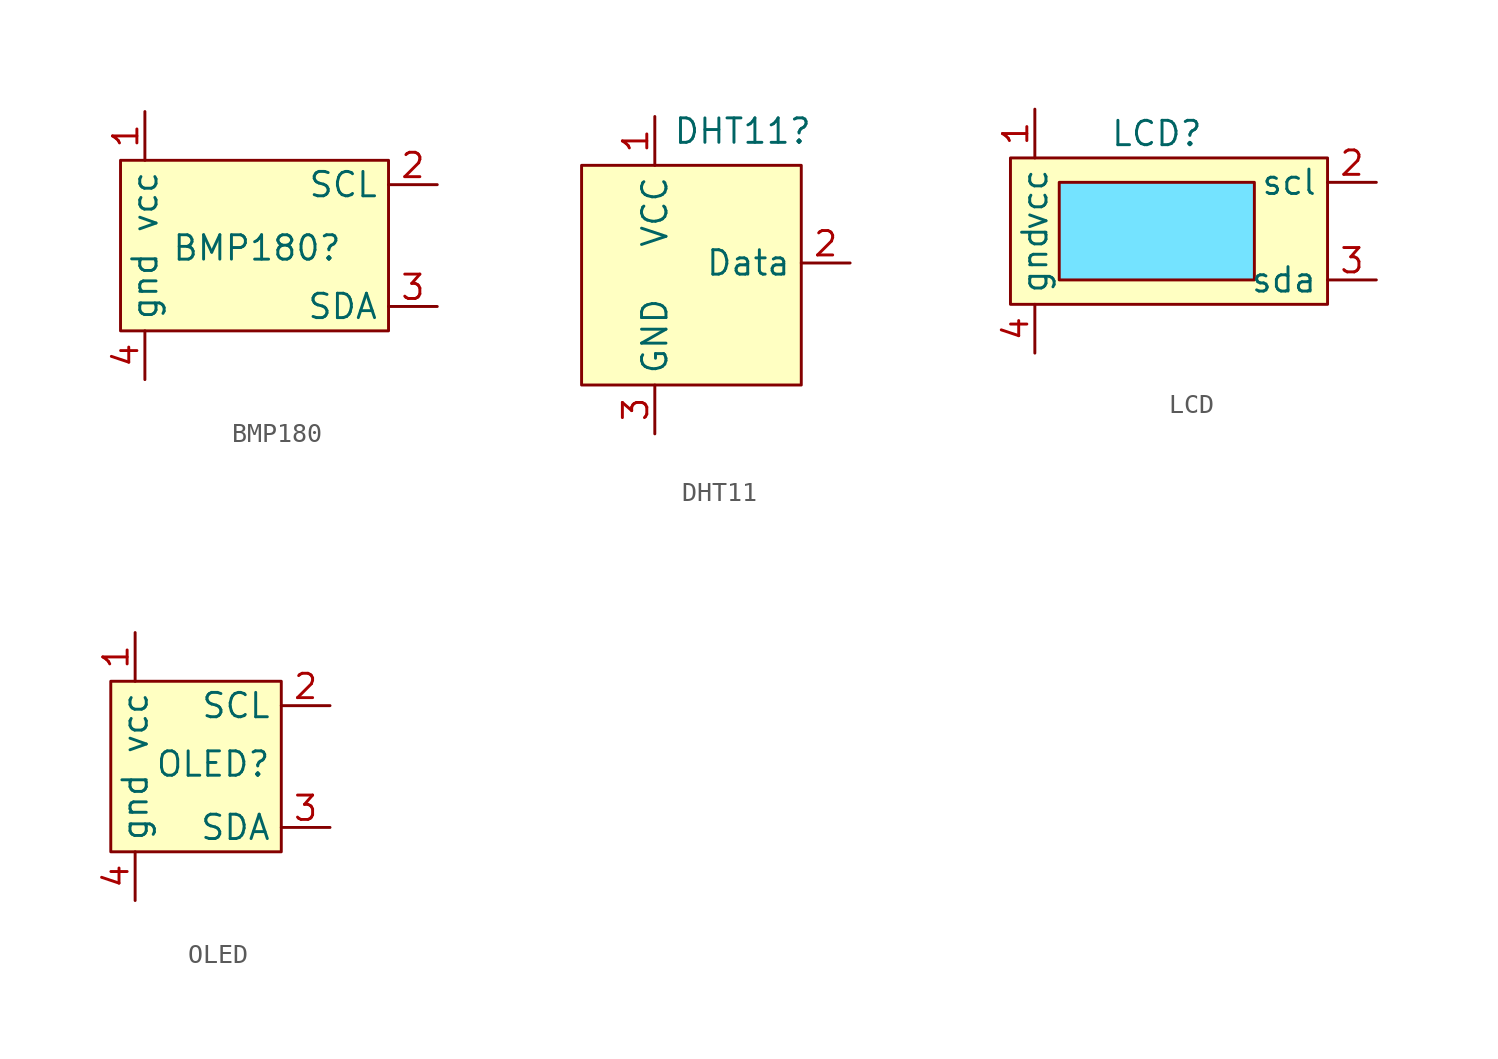
<source format=kicad_sym>
(kicad_symbol_lib
  (version 20231120)
  (generator "kicad_symbol_editor")
  (generator_version "8.0")
  (symbol "BMP180"
    (property "Reference" "BMP180"
      (at 0.762 -0.762 0)
      (effects (font (size 1.27 1.27))))
    (property "Value" ""
      (at 0 0 0)
      (effects (font (size 1.27 1.27))))
    (symbol "BMP180_1_1"
      (rectangle (start -6.35 3.81) (end 7.62 -5.08) (stroke (width 0) (type default)) (fill (type background)))
      (pin power_in line (at -5.08 6.35 270) (length 2.54) (name "vcc" (effects (font (size 1.27 1.27)))) (number "1" (effects (font (size 1.27 1.27)))))
      (pin bidirectional line (at 10.16 2.54 180) (length 2.54) (name "SCL" (effects (font (size 1.27 1.27)))) (number "2" (effects (font (size 1.27 1.27)))))
      (pin bidirectional line (at 10.16 -3.81 180) (length 2.54) (name "SDA" (effects (font (size 1.27 1.27)))) (number "3" (effects (font (size 1.27 1.27)))))
      (pin power_in line (at -5.08 -7.62 90) (length 2.54) (name "gnd" (effects (font (size 1.27 1.27)))) (number "4" (effects (font (size 1.27 1.27)))))))
  (symbol "DHT11"
    (property "Reference" "DHT11"
      (at 3.302 6.858 0)
      (effects (font (size 1.27 1.27))))
    (property "Value" ""
      (at 3.81 0 0)
      (effects (font (size 1.27 1.27))))
    (symbol "DHT11_1_1"
      (rectangle (start -5.08 5.08) (end 6.35 -6.35) (stroke (width 0) (type default)) (fill (type background)))
      (pin power_in line (at -1.27 7.62 270) (length 2.54) (name "VCC" (effects (font (size 1.27 1.27)))) (number "1" (effects (font (size 1.27 1.27)))))
      (pin bidirectional line (at 8.89 0 180) (length 2.54) (name "Data" (effects (font (size 1.27 1.27)))) (number "2" (effects (font (size 1.27 1.27)))))
      (pin power_in line (at -1.27 -8.89 90) (length 2.54) (name "GND" (effects (font (size 1.27 1.27)))) (number "3" (effects (font (size 1.27 1.27)))))))
  (symbol "LCD"
    (property "Reference" "LCD"
      (at 0 3.81 0)
      (effects (font (size 1.27 1.27))))
    (property "Value" ""
      (at 0 0 0)
      (effects (font (size 1.27 1.27))))
    (symbol "LCD_1_1"
      (rectangle (start -7.62 2.54) (end 8.89 -5.08) (stroke (width 0) (type default)) (fill (type background)))
      (rectangle (start -5.08 1.27) (end 5.08 -3.81) (stroke (width 0) (type default)) (fill (type color) (color 116 227 255 1)))
      (pin power_in line (at -6.35 5.08 270) (length 2.54) (name "vcc" (effects (font (size 1.27 1.27)))) (number "1" (effects (font (size 1.27 1.27)))))
      (pin bidirectional line (at 11.43 1.27 180) (length 2.54) (name "scl" (effects (font (size 1.27 1.27)))) (number "2" (effects (font (size 1.27 1.27)))))
      (pin bidirectional line (at 11.43 -3.81 180) (length 2.54) (name "sda" (effects (font (size 1.27 1.27)))) (number "3" (effects (font (size 1.27 1.27)))))
      (pin power_in line (at -6.35 -7.62 90) (length 2.54) (name "gnd" (effects (font (size 1.27 1.27)))) (number "4" (effects (font (size 1.27 1.27)))))))
  (symbol "OLED"
    (property "Reference" "OLED"
      (at 1.524 -0.508 0)
      (effects (font (size 1.27 1.27))))
    (property "Value" ""
      (at 0 0 0)
      (effects (font (size 1.27 1.27))))
    (symbol "OLED_1_1"
      (rectangle (start -3.81 3.81) (end 5.08 -5.08) (stroke (width 0) (type default)) (fill (type background)))
      (pin power_in line (at -2.54 6.35 270) (length 2.54) (name "vcc" (effects (font (size 1.27 1.27)))) (number "1" (effects (font (size 1.27 1.27)))))
      (pin bidirectional line (at 7.62 2.54 180) (length 2.54) (name "SCL" (effects (font (size 1.27 1.27)))) (number "2" (effects (font (size 1.27 1.27)))))
      (pin bidirectional line (at 7.62 -3.81 180) (length 2.54) (name "SDA" (effects (font (size 1.27 1.27)))) (number "3" (effects (font (size 1.27 1.27)))))
      (pin power_in line (at -2.54 -7.62 90) (length 2.54) (name "gnd" (effects (font (size 1.27 1.27)))) (number "4" (effects (font (size 1.27 1.27))))))))
</source>
